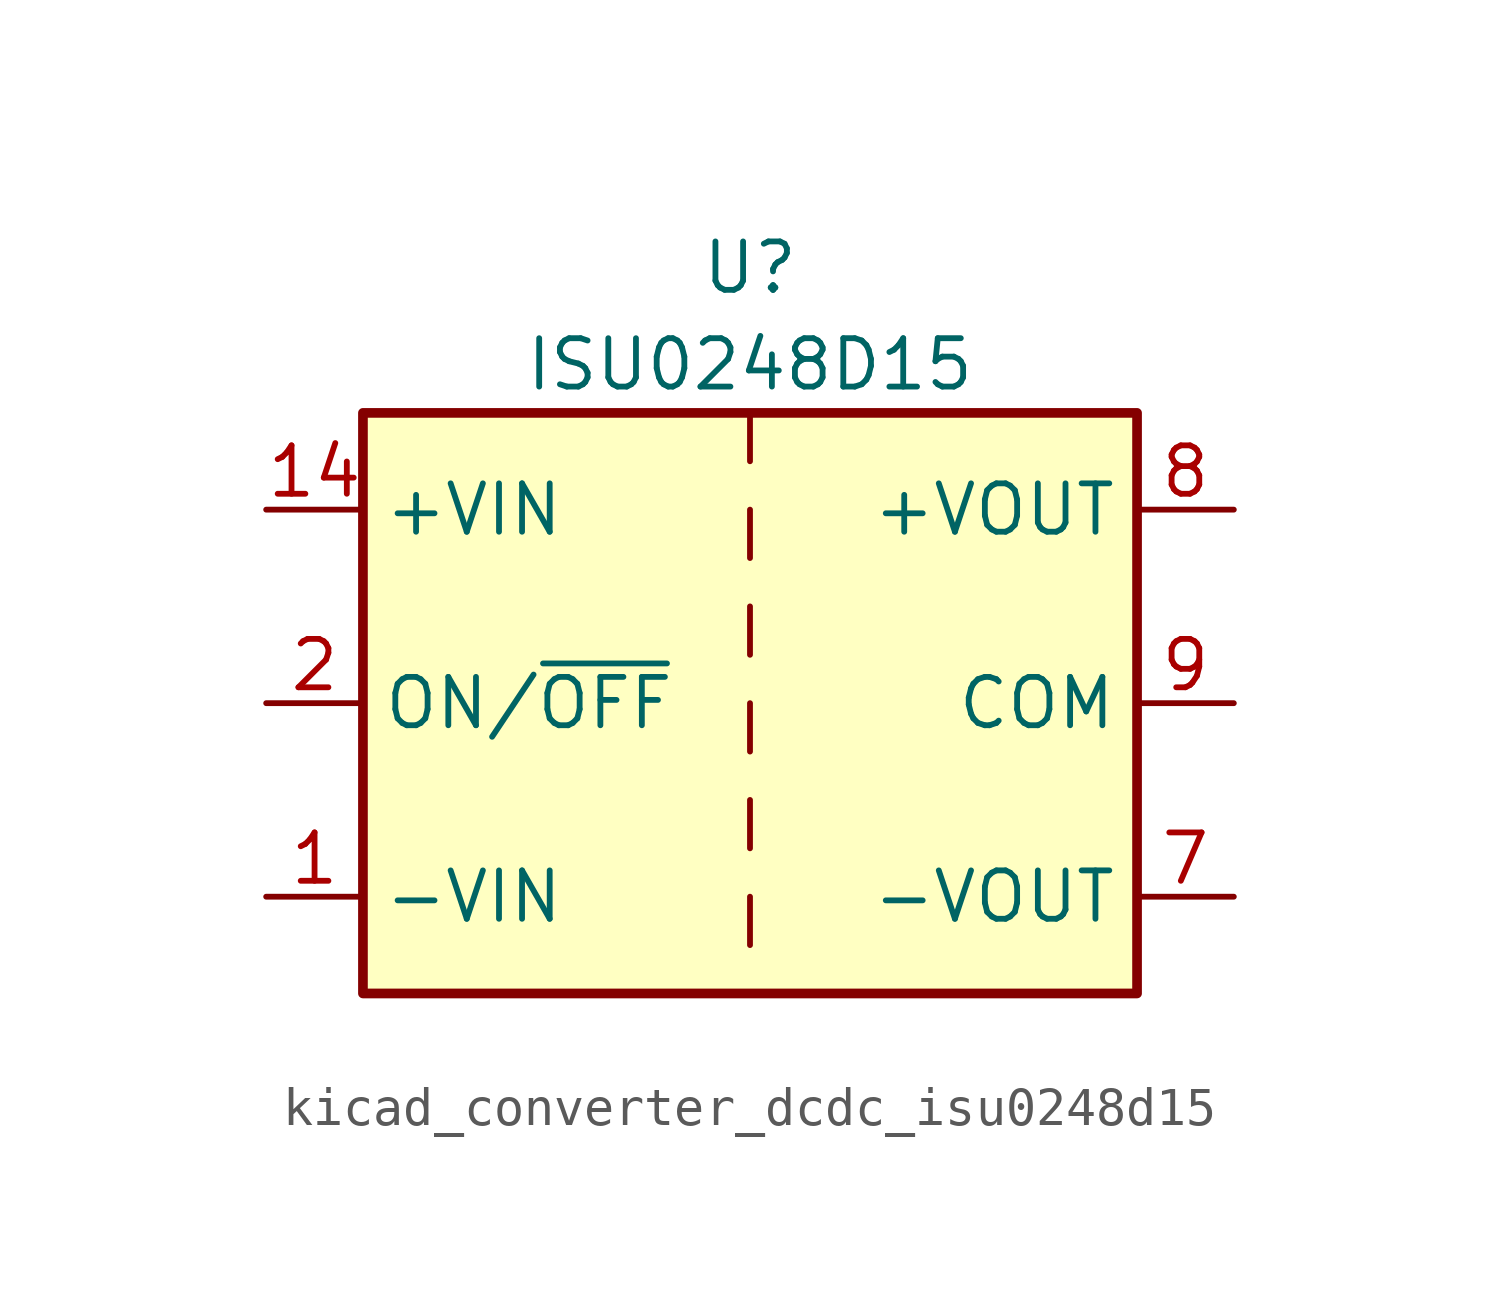
<source format=kicad_sym>
(kicad_symbol_lib
  (version 20220914)
  (generator kicad_symbol_editor)
  (symbol "kicad_converter_dcdc_isu0248d15"
    (property "Reference" "U"
      (at 0 11.43 0)
      (effects (font (size 1.27 1.27))))
    (property "Value" "ISU0248D15"
      (at 0 8.89 0)
      (effects (font (size 1.27 1.27))))
    (symbol "kicad_converter_dcdc_isu0248d15_0_1"
      (rectangle (start -10.16 7.62) (end 10.16 -7.62) (stroke (width 0.254) (type default)) (fill (type background)))
      (polyline (pts (xy 0 -5.08) (xy 0 -6.35)) (stroke (width 0) (type default)) (fill (type none)))
      (polyline (pts (xy 0 -2.54) (xy 0 -3.81)) (stroke (width 0) (type default)) (fill (type none)))
      (polyline (pts (xy 0 0) (xy 0 -1.27)) (stroke (width 0) (type default)) (fill (type none)))
      (polyline (pts (xy 0 2.54) (xy 0 1.27)) (stroke (width 0) (type default)) (fill (type none)))
      (polyline (pts (xy 0 5.08) (xy 0 3.81)) (stroke (width 0) (type default)) (fill (type none)))
      (polyline (pts (xy 0 7.62) (xy 0 6.35)) (stroke (width 0) (type default)) (fill (type none))))
    (symbol "kicad_converter_dcdc_isu0248d15_1_1"
      (pin power_in line (at -12.7 -5.08 0) (length 2.54) (name "-VIN" (effects (font (size 1.27 1.27)))) (number "1" (effects (font (size 1.27 1.27)))))
      (pin power_in line (at -12.7 5.08 0) (length 2.54) (name "+VIN" (effects (font (size 1.27 1.27)))) (number "14" (effects (font (size 1.27 1.27)))))
      (pin input line (at -12.7 0 0) (length 2.54) (name "ON/~{OFF}" (effects (font (size 1.27 1.27)))) (number "2" (effects (font (size 1.27 1.27)))))
      (pin passive line (at 12.7 0 180) (length 2.54) hide (name "COM" (effects (font (size 1.27 1.27)))) (number "6" (effects (font (size 1.27 1.27)))))
      (pin power_out line (at 12.7 -5.08 180) (length 2.54) (name "-VOUT" (effects (font (size 1.27 1.27)))) (number "7" (effects (font (size 1.27 1.27)))))
      (pin power_out line (at 12.7 5.08 180) (length 2.54) (name "+VOUT" (effects (font (size 1.27 1.27)))) (number "8" (effects (font (size 1.27 1.27)))))
      (pin power_out line (at 12.7 0 180) (length 2.54) (name "COM" (effects (font (size 1.27 1.27)))) (number "9" (effects (font (size 1.27 1.27))))))))
</source>
